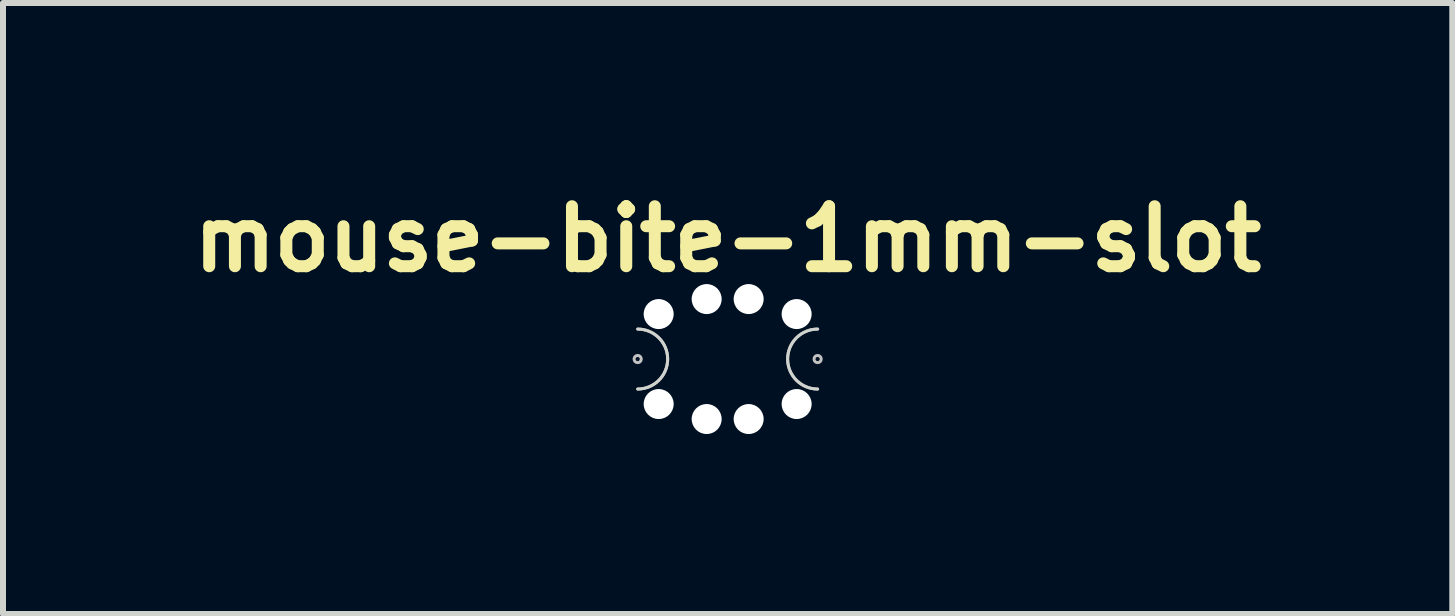
<source format=kicad_pcb>
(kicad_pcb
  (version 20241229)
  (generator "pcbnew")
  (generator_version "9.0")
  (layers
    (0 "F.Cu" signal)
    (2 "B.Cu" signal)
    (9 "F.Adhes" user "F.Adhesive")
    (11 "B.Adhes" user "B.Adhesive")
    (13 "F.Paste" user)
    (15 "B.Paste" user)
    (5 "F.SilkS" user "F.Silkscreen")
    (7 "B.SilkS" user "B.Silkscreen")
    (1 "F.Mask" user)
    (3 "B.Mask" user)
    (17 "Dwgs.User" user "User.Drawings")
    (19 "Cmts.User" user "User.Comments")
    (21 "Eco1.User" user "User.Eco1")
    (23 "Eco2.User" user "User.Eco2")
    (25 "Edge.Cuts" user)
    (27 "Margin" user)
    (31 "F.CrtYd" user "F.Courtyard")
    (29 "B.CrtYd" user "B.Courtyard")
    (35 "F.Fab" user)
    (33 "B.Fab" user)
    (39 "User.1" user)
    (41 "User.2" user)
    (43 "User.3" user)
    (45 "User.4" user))
  (footprint "mouse-bite-1mm-slot"
    (layer "F.Cu")
    (at 9.081 2.936)
    (property "Reference" "mouse-bite-1mm-slot" (at 0 -2 0) (layer "F.SilkS") (effects (font (size 1 1) (thickness 0.2))))
    (attr through_hole)
    (fp_circle (center -1.5 0) (end -1.44 0) (stroke (width 0.05) (type solid)) (fill no) (layer "Dwgs.User"))
    (fp_circle (center 1.5 0) (end 1.56 0) (stroke (width 0.05) (type solid)) (fill no) (layer "Dwgs.User"))
    (fp_line (start -1.5 0) (end -1.5 0) (stroke (width 1) (type solid)) (layer "Eco1.User"))
    (fp_line (start 1.5 0) (end 1.5 0) (stroke (width 1) (type solid)) (layer "Eco1.User"))
    (fp_arc (start -1.5 -0.5) (mid -1 0) (end -1.5 0.5) (stroke (width 0.05) (type solid)) (layer "Edge.Cuts"))
    (fp_arc (start 1.5 0.5) (mid 1 0) (end 1.5 -0.5) (stroke (width 0.05) (type solid)) (layer "Edge.Cuts"))
    (fp_arc (start -1.5 -0.5) (mid -1 0) (end -1.5 0.5) (stroke (width 0.05) (type solid)) (layer "F.Fab"))
    (fp_arc (start 1.5 0.5) (mid 1 0) (end 1.5 -0.5) (stroke (width 0.05) (type solid)) (layer "F.Fab"))
    (pad "" np_thru_hole circle (at -1.15 -0.75) (size 0.5 0.5) (drill 0.5) (layers "*.Cu" "*.Mask"))
    (pad "" np_thru_hole circle (at -1.15 0.75) (size 0.5 0.5) (drill 0.5) (layers "*.Cu" "*.Mask"))
    (pad "" np_thru_hole circle (at -0.35 -1) (size 0.5 0.5) (drill 0.5) (layers "*.Cu" "*.Mask"))
    (pad "" np_thru_hole circle (at -0.35 1) (size 0.5 0.5) (drill 0.5) (layers "*.Cu" "*.Mask"))
    (pad "" np_thru_hole circle (at 0.35 -1) (size 0.5 0.5) (drill 0.5) (layers "*.Cu" "*.Mask"))
    (pad "" np_thru_hole circle (at 0.35 1) (size 0.5 0.5) (drill 0.5) (layers "*.Cu" "*.Mask"))
    (pad "" np_thru_hole circle (at 1.15 -0.75) (size 0.5 0.5) (drill 0.5) (layers "*.Cu" "*.Mask"))
    (pad "" np_thru_hole circle (at 1.15 0.75) (size 0.5 0.5) (drill 0.5) (layers "*.Cu" "*.Mask")))
  (gr_rect
    (start -3 -3)
    (end 21.162 7.186)
    (stroke (width 0.1) (type default))
    (fill no)
    (layer "Edge.Cuts")))
</source>
